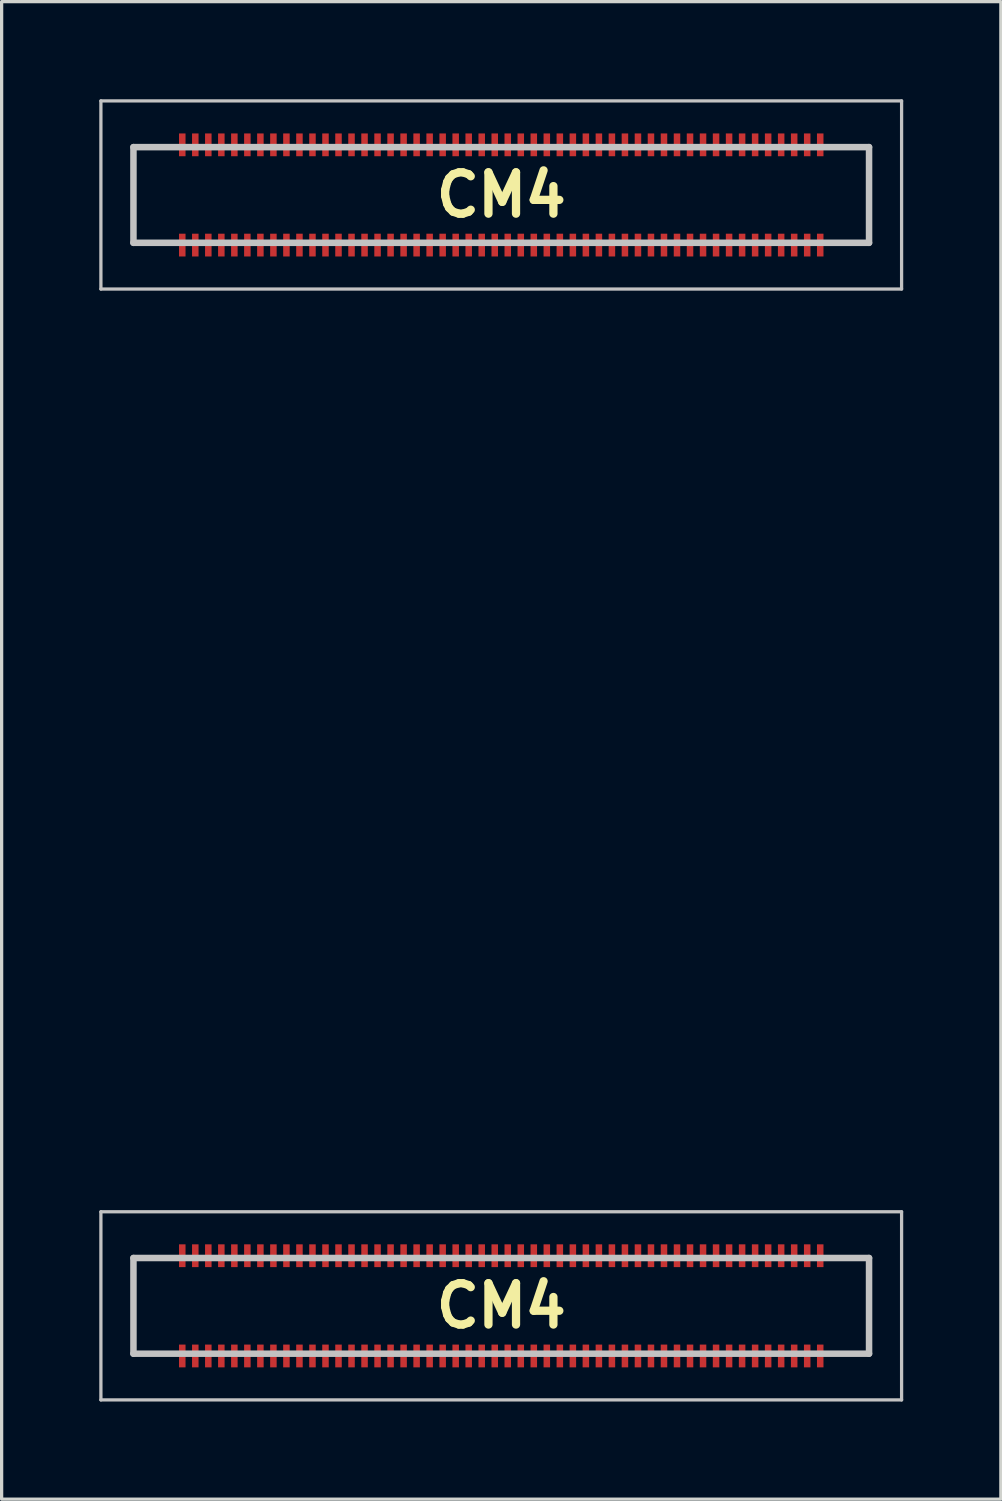
<source format=kicad_pcb>
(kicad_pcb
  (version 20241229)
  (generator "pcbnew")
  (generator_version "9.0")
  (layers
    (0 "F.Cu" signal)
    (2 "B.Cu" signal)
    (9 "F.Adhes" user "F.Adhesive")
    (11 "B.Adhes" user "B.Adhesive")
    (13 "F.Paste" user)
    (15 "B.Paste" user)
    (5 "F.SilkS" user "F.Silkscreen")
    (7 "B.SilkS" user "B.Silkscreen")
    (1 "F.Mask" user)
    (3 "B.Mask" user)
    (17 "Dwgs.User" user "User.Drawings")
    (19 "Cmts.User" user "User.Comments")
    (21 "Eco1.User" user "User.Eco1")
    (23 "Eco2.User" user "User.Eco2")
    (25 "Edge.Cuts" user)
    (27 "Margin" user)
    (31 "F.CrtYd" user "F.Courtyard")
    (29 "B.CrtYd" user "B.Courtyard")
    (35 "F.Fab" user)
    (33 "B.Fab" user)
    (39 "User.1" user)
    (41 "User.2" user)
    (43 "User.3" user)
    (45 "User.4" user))
  (footprint "CM4"
    (layer "F.Cu")
    (at 12.35 2.94)
    (property "Reference" "CM4" (at 0 0 0) (layer "F.SilkS") (effects (font (size 1.27 1.27) (thickness 0.254))))
    (attr smd)
    (fp_line (start -11.3 -1.47) (end -11.3 1.47) (stroke (width 0.1) (type solid)) (layer "F.SilkS"))
    (fp_line (start -11.3 1.47) (end -10 1.47) (stroke (width 0.1) (type solid)) (layer "F.SilkS"))
    (fp_line (start -11.3 32.66) (end -11.3 35.6) (stroke (width 0.1) (type solid)) (layer "F.SilkS"))
    (fp_line (start -11.3 35.6) (end -10 35.6) (stroke (width 0.1) (type solid)) (layer "F.SilkS"))
    (fp_line (start -10 -1.47) (end -11.3 -1.47) (stroke (width 0.1) (type solid)) (layer "F.SilkS"))
    (fp_line (start -10 32.66) (end -11.3 32.66) (stroke (width 0.1) (type solid)) (layer "F.SilkS"))
    (fp_line (start 10 -1.47) (end 11.3 -1.47) (stroke (width 0.1) (type solid)) (layer "F.SilkS"))
    (fp_line (start 10 32.66) (end 11.3 32.66) (stroke (width 0.1) (type solid)) (layer "F.SilkS"))
    (fp_line (start 11.3 -1.47) (end 11.3 1.47) (stroke (width 0.1) (type solid)) (layer "F.SilkS"))
    (fp_line (start 11.3 1.47) (end 10 1.47) (stroke (width 0.1) (type solid)) (layer "F.SilkS"))
    (fp_line (start 11.3 32.66) (end 11.3 35.6) (stroke (width 0.1) (type solid)) (layer "F.SilkS"))
    (fp_line (start 11.3 35.6) (end 10 35.6) (stroke (width 0.1) (type solid)) (layer "F.SilkS"))
    (fp_line (start -12.3 -2.89) (end 12.3 -2.89) (stroke (width 0.1) (type solid)) (layer "Dwgs.User"))
    (fp_line (start -12.3 2.89) (end -12.3 -2.89) (stroke (width 0.1) (type solid)) (layer "Dwgs.User"))
    (fp_line (start -12.3 31.24) (end 12.3 31.24) (stroke (width 0.1) (type solid)) (layer "Dwgs.User"))
    (fp_line (start -12.3 37.02) (end -12.3 31.24) (stroke (width 0.1) (type solid)) (layer "Dwgs.User"))
    (fp_line (start -11.3 -1.47) (end 11.3 -1.47) (stroke (width 0.2) (type solid)) (layer "Dwgs.User"))
    (fp_line (start -11.3 1.47) (end -11.3 -1.47) (stroke (width 0.2) (type solid)) (layer "Dwgs.User"))
    (fp_line (start -11.3 32.66) (end 11.3 32.66) (stroke (width 0.2) (type solid)) (layer "Dwgs.User"))
    (fp_line (start -11.3 35.6) (end -11.3 32.66) (stroke (width 0.2) (type solid)) (layer "Dwgs.User"))
    (fp_line (start 11.3 -1.47) (end 11.3 1.47) (stroke (width 0.2) (type solid)) (layer "Dwgs.User"))
    (fp_line (start 11.3 1.47) (end -11.3 1.47) (stroke (width 0.2) (type solid)) (layer "Dwgs.User"))
    (fp_line (start 11.3 32.66) (end 11.3 35.6) (stroke (width 0.2) (type solid)) (layer "Dwgs.User"))
    (fp_line (start 11.3 35.6) (end -11.3 35.6) (stroke (width 0.2) (type solid)) (layer "Dwgs.User"))
    (fp_line (start 12.3 -2.89) (end 12.3 2.89) (stroke (width 0.1) (type solid)) (layer "Dwgs.User"))
    (fp_line (start 12.3 2.89) (end -12.3 2.89) (stroke (width 0.1) (type solid)) (layer "Dwgs.User"))
    (fp_line (start 12.3 31.24) (end 12.3 37.02) (stroke (width 0.1) (type solid)) (layer "Dwgs.User"))
    (fp_line (start 12.3 37.02) (end -12.3 37.02) (stroke (width 0.1) (type solid)) (layer "Dwgs.User"))
    (fp_text user "CM4" (at 0 34.13 0) (layer "F.SilkS") (effects (font (size 1.27 1.27) (thickness 0.254))))
    (pad "1" smd rect (at -9.8 1.54) (size 0.2 0.7) (layers "F.Cu" "F.Mask" "F.Paste"))
    (pad "1" smd rect (at -9.8 35.67) (size 0.2 0.7) (layers "F.Cu" "F.Mask" "F.Paste"))
    (pad "2" smd rect (at -9.8 -1.54) (size 0.2 0.7) (layers "F.Cu" "F.Mask" "F.Paste"))
    (pad "2" smd rect (at -9.8 32.59) (size 0.2 0.7) (layers "F.Cu" "F.Mask" "F.Paste"))
    (pad "3" smd rect (at -9.4 1.54) (size 0.2 0.7) (layers "F.Cu" "F.Mask" "F.Paste"))
    (pad "3" smd rect (at -9.4 35.67) (size 0.2 0.7) (layers "F.Cu" "F.Mask" "F.Paste"))
    (pad "4" smd rect (at -9.4 -1.54) (size 0.2 0.7) (layers "F.Cu" "F.Mask" "F.Paste"))
    (pad "4" smd rect (at -9.4 32.59) (size 0.2 0.7) (layers "F.Cu" "F.Mask" "F.Paste"))
    (pad "5" smd rect (at -9 1.54) (size 0.2 0.7) (layers "F.Cu" "F.Mask" "F.Paste"))
    (pad "5" smd rect (at -9 35.67) (size 0.2 0.7) (layers "F.Cu" "F.Mask" "F.Paste"))
    (pad "6" smd rect (at -9 -1.54) (size 0.2 0.7) (layers "F.Cu" "F.Mask" "F.Paste"))
    (pad "6" smd rect (at -9 32.59) (size 0.2 0.7) (layers "F.Cu" "F.Mask" "F.Paste"))
    (pad "7" smd rect (at -8.6 1.54) (size 0.2 0.7) (layers "F.Cu" "F.Mask" "F.Paste"))
    (pad "7" smd rect (at -8.6 35.67) (size 0.2 0.7) (layers "F.Cu" "F.Mask" "F.Paste"))
    (pad "8" smd rect (at -8.6 -1.54) (size 0.2 0.7) (layers "F.Cu" "F.Mask" "F.Paste"))
    (pad "8" smd rect (at -8.6 32.59) (size 0.2 0.7) (layers "F.Cu" "F.Mask" "F.Paste"))
    (pad "9" smd rect (at -8.2 1.54) (size 0.2 0.7) (layers "F.Cu" "F.Mask" "F.Paste"))
    (pad "9" smd rect (at -8.2 35.67) (size 0.2 0.7) (layers "F.Cu" "F.Mask" "F.Paste"))
    (pad "10" smd rect (at -8.2 -1.54) (size 0.2 0.7) (layers "F.Cu" "F.Mask" "F.Paste"))
    (pad "10" smd rect (at -8.2 32.59) (size 0.2 0.7) (layers "F.Cu" "F.Mask" "F.Paste"))
    (pad "11" smd rect (at -7.8 1.54) (size 0.2 0.7) (layers "F.Cu" "F.Mask" "F.Paste"))
    (pad "11" smd rect (at -7.8 35.67) (size 0.2 0.7) (layers "F.Cu" "F.Mask" "F.Paste"))
    (pad "12" smd rect (at -7.8 -1.54) (size 0.2 0.7) (layers "F.Cu" "F.Mask" "F.Paste"))
    (pad "12" smd rect (at -7.8 32.59) (size 0.2 0.7) (layers "F.Cu" "F.Mask" "F.Paste"))
    (pad "13" smd rect (at -7.4 1.54) (size 0.2 0.7) (layers "F.Cu" "F.Mask" "F.Paste"))
    (pad "13" smd rect (at -7.4 35.67) (size 0.2 0.7) (layers "F.Cu" "F.Mask" "F.Paste"))
    (pad "14" smd rect (at -7.4 -1.54) (size 0.2 0.7) (layers "F.Cu" "F.Mask" "F.Paste"))
    (pad "14" smd rect (at -7.4 32.59) (size 0.2 0.7) (layers "F.Cu" "F.Mask" "F.Paste"))
    (pad "15" smd rect (at -7 1.54) (size 0.2 0.7) (layers "F.Cu" "F.Mask" "F.Paste"))
    (pad "15" smd rect (at -7 35.67) (size 0.2 0.7) (layers "F.Cu" "F.Mask" "F.Paste"))
    (pad "16" smd rect (at -7 -1.54) (size 0.2 0.7) (layers "F.Cu" "F.Mask" "F.Paste"))
    (pad "16" smd rect (at -7 32.59) (size 0.2 0.7) (layers "F.Cu" "F.Mask" "F.Paste"))
    (pad "17" smd rect (at -6.6 1.54) (size 0.2 0.7) (layers "F.Cu" "F.Mask" "F.Paste"))
    (pad "17" smd rect (at -6.6 35.67) (size 0.2 0.7) (layers "F.Cu" "F.Mask" "F.Paste"))
    (pad "18" smd rect (at -6.6 -1.54) (size 0.2 0.7) (layers "F.Cu" "F.Mask" "F.Paste"))
    (pad "18" smd rect (at -6.6 32.59) (size 0.2 0.7) (layers "F.Cu" "F.Mask" "F.Paste"))
    (pad "19" smd rect (at -6.2 1.54) (size 0.2 0.7) (layers "F.Cu" "F.Mask" "F.Paste"))
    (pad "19" smd rect (at -6.2 35.67) (size 0.2 0.7) (layers "F.Cu" "F.Mask" "F.Paste"))
    (pad "20" smd rect (at -6.2 -1.54) (size 0.2 0.7) (layers "F.Cu" "F.Mask" "F.Paste"))
    (pad "20" smd rect (at -6.2 32.59) (size 0.2 0.7) (layers "F.Cu" "F.Mask" "F.Paste"))
    (pad "21" smd rect (at -5.8 1.54) (size 0.2 0.7) (layers "F.Cu" "F.Mask" "F.Paste"))
    (pad "21" smd rect (at -5.8 35.67) (size 0.2 0.7) (layers "F.Cu" "F.Mask" "F.Paste"))
    (pad "22" smd rect (at -5.8 -1.54) (size 0.2 0.7) (layers "F.Cu" "F.Mask" "F.Paste"))
    (pad "22" smd rect (at -5.8 32.59) (size 0.2 0.7) (layers "F.Cu" "F.Mask" "F.Paste"))
    (pad "23" smd rect (at -5.4 1.54) (size 0.2 0.7) (layers "F.Cu" "F.Mask" "F.Paste"))
    (pad "23" smd rect (at -5.4 35.67) (size 0.2 0.7) (layers "F.Cu" "F.Mask" "F.Paste"))
    (pad "24" smd rect (at -5.4 -1.54) (size 0.2 0.7) (layers "F.Cu" "F.Mask" "F.Paste"))
    (pad "24" smd rect (at -5.4 32.59) (size 0.2 0.7) (layers "F.Cu" "F.Mask" "F.Paste"))
    (pad "25" smd rect (at -5 1.54) (size 0.2 0.7) (layers "F.Cu" "F.Mask" "F.Paste"))
    (pad "25" smd rect (at -5 35.67) (size 0.2 0.7) (layers "F.Cu" "F.Mask" "F.Paste"))
    (pad "26" smd rect (at -5 -1.54) (size 0.2 0.7) (layers "F.Cu" "F.Mask" "F.Paste"))
    (pad "26" smd rect (at -5 32.59) (size 0.2 0.7) (layers "F.Cu" "F.Mask" "F.Paste"))
    (pad "27" smd rect (at -4.6 1.54) (size 0.2 0.7) (layers "F.Cu" "F.Mask" "F.Paste"))
    (pad "27" smd rect (at -4.6 35.67) (size 0.2 0.7) (layers "F.Cu" "F.Mask" "F.Paste"))
    (pad "28" smd rect (at -4.6 -1.54) (size 0.2 0.7) (layers "F.Cu" "F.Mask" "F.Paste"))
    (pad "28" smd rect (at -4.6 32.59) (size 0.2 0.7) (layers "F.Cu" "F.Mask" "F.Paste"))
    (pad "29" smd rect (at -4.2 1.54) (size 0.2 0.7) (layers "F.Cu" "F.Mask" "F.Paste"))
    (pad "29" smd rect (at -4.2 35.67) (size 0.2 0.7) (layers "F.Cu" "F.Mask" "F.Paste"))
    (pad "30" smd rect (at -4.2 -1.54) (size 0.2 0.7) (layers "F.Cu" "F.Mask" "F.Paste"))
    (pad "30" smd rect (at -4.2 32.59) (size 0.2 0.7) (layers "F.Cu" "F.Mask" "F.Paste"))
    (pad "31" smd rect (at -3.8 1.54) (size 0.2 0.7) (layers "F.Cu" "F.Mask" "F.Paste"))
    (pad "31" smd rect (at -3.8 35.67) (size 0.2 0.7) (layers "F.Cu" "F.Mask" "F.Paste"))
    (pad "32" smd rect (at -3.8 -1.54) (size 0.2 0.7) (layers "F.Cu" "F.Mask" "F.Paste"))
    (pad "32" smd rect (at -3.8 32.59) (size 0.2 0.7) (layers "F.Cu" "F.Mask" "F.Paste"))
    (pad "33" smd rect (at -3.4 1.54) (size 0.2 0.7) (layers "F.Cu" "F.Mask" "F.Paste"))
    (pad "33" smd rect (at -3.4 35.67) (size 0.2 0.7) (layers "F.Cu" "F.Mask" "F.Paste"))
    (pad "34" smd rect (at -3.4 -1.54) (size 0.2 0.7) (layers "F.Cu" "F.Mask" "F.Paste"))
    (pad "34" smd rect (at -3.4 32.59) (size 0.2 0.7) (layers "F.Cu" "F.Mask" "F.Paste"))
    (pad "35" smd rect (at -3 1.54) (size 0.2 0.7) (layers "F.Cu" "F.Mask" "F.Paste"))
    (pad "35" smd rect (at -3 35.67) (size 0.2 0.7) (layers "F.Cu" "F.Mask" "F.Paste"))
    (pad "36" smd rect (at -3 -1.54) (size 0.2 0.7) (layers "F.Cu" "F.Mask" "F.Paste"))
    (pad "36" smd rect (at -3 32.59) (size 0.2 0.7) (layers "F.Cu" "F.Mask" "F.Paste"))
    (pad "37" smd rect (at -2.6 1.54) (size 0.2 0.7) (layers "F.Cu" "F.Mask" "F.Paste"))
    (pad "37" smd rect (at -2.6 35.67) (size 0.2 0.7) (layers "F.Cu" "F.Mask" "F.Paste"))
    (pad "38" smd rect (at -2.6 -1.54) (size 0.2 0.7) (layers "F.Cu" "F.Mask" "F.Paste"))
    (pad "38" smd rect (at -2.6 32.59) (size 0.2 0.7) (layers "F.Cu" "F.Mask" "F.Paste"))
    (pad "39" smd rect (at -2.2 1.54) (size 0.2 0.7) (layers "F.Cu" "F.Mask" "F.Paste"))
    (pad "39" smd rect (at -2.2 35.67) (size 0.2 0.7) (layers "F.Cu" "F.Mask" "F.Paste"))
    (pad "40" smd rect (at -2.2 -1.54) (size 0.2 0.7) (layers "F.Cu" "F.Mask" "F.Paste"))
    (pad "40" smd rect (at -2.2 32.59) (size 0.2 0.7) (layers "F.Cu" "F.Mask" "F.Paste"))
    (pad "41" smd rect (at -1.8 1.54) (size 0.2 0.7) (layers "F.Cu" "F.Mask" "F.Paste"))
    (pad "41" smd rect (at -1.8 35.67) (size 0.2 0.7) (layers "F.Cu" "F.Mask" "F.Paste"))
    (pad "42" smd rect (at -1.8 -1.54) (size 0.2 0.7) (layers "F.Cu" "F.Mask" "F.Paste"))
    (pad "42" smd rect (at -1.8 32.59) (size 0.2 0.7) (layers "F.Cu" "F.Mask" "F.Paste"))
    (pad "43" smd rect (at -1.4 1.54) (size 0.2 0.7) (layers "F.Cu" "F.Mask" "F.Paste"))
    (pad "43" smd rect (at -1.4 35.67) (size 0.2 0.7) (layers "F.Cu" "F.Mask" "F.Paste"))
    (pad "44" smd rect (at -1.4 -1.54) (size 0.2 0.7) (layers "F.Cu" "F.Mask" "F.Paste"))
    (pad "44" smd rect (at -1.4 32.59) (size 0.2 0.7) (layers "F.Cu" "F.Mask" "F.Paste"))
    (pad "45" smd rect (at -1 1.54) (size 0.2 0.7) (layers "F.Cu" "F.Mask" "F.Paste"))
    (pad "45" smd rect (at -1 35.67) (size 0.2 0.7) (layers "F.Cu" "F.Mask" "F.Paste"))
    (pad "46" smd rect (at -1 -1.54) (size 0.2 0.7) (layers "F.Cu" "F.Mask" "F.Paste"))
    (pad "46" smd rect (at -1 32.59) (size 0.2 0.7) (layers "F.Cu" "F.Mask" "F.Paste"))
    (pad "47" smd rect (at -0.6 1.54) (size 0.2 0.7) (layers "F.Cu" "F.Mask" "F.Paste"))
    (pad "47" smd rect (at -0.6 35.67) (size 0.2 0.7) (layers "F.Cu" "F.Mask" "F.Paste"))
    (pad "48" smd rect (at -0.6 -1.54) (size 0.2 0.7) (layers "F.Cu" "F.Mask" "F.Paste"))
    (pad "48" smd rect (at -0.6 32.59) (size 0.2 0.7) (layers "F.Cu" "F.Mask" "F.Paste"))
    (pad "49" smd rect (at -0.2 1.54) (size 0.2 0.7) (layers "F.Cu" "F.Mask" "F.Paste"))
    (pad "49" smd rect (at -0.2 35.67) (size 0.2 0.7) (layers "F.Cu" "F.Mask" "F.Paste"))
    (pad "50" smd rect (at -0.2 -1.54) (size 0.2 0.7) (layers "F.Cu" "F.Mask" "F.Paste"))
    (pad "50" smd rect (at -0.2 32.59) (size 0.2 0.7) (layers "F.Cu" "F.Mask" "F.Paste"))
    (pad "51" smd rect (at 0.2 1.54) (size 0.2 0.7) (layers "F.Cu" "F.Mask" "F.Paste"))
    (pad "51" smd rect (at 0.2 35.67) (size 0.2 0.7) (layers "F.Cu" "F.Mask" "F.Paste"))
    (pad "52" smd rect (at 0.2 -1.54) (size 0.2 0.7) (layers "F.Cu" "F.Mask" "F.Paste"))
    (pad "52" smd rect (at 0.2 32.59) (size 0.2 0.7) (layers "F.Cu" "F.Mask" "F.Paste"))
    (pad "53" smd rect (at 0.6 1.54) (size 0.2 0.7) (layers "F.Cu" "F.Mask" "F.Paste"))
    (pad "53" smd rect (at 0.6 35.67) (size 0.2 0.7) (layers "F.Cu" "F.Mask" "F.Paste"))
    (pad "54" smd rect (at 0.6 -1.54) (size 0.2 0.7) (layers "F.Cu" "F.Mask" "F.Paste"))
    (pad "54" smd rect (at 0.6 32.59) (size 0.2 0.7) (layers "F.Cu" "F.Mask" "F.Paste"))
    (pad "55" smd rect (at 1 1.54) (size 0.2 0.7) (layers "F.Cu" "F.Mask" "F.Paste"))
    (pad "55" smd rect (at 1 35.67) (size 0.2 0.7) (layers "F.Cu" "F.Mask" "F.Paste"))
    (pad "56" smd rect (at 1 -1.54) (size 0.2 0.7) (layers "F.Cu" "F.Mask" "F.Paste"))
    (pad "56" smd rect (at 1 32.59) (size 0.2 0.7) (layers "F.Cu" "F.Mask" "F.Paste"))
    (pad "57" smd rect (at 1.4 1.54) (size 0.2 0.7) (layers "F.Cu" "F.Mask" "F.Paste"))
    (pad "57" smd rect (at 1.4 35.67) (size 0.2 0.7) (layers "F.Cu" "F.Mask" "F.Paste"))
    (pad "58" smd rect (at 1.4 -1.54) (size 0.2 0.7) (layers "F.Cu" "F.Mask" "F.Paste"))
    (pad "58" smd rect (at 1.4 32.59) (size 0.2 0.7) (layers "F.Cu" "F.Mask" "F.Paste"))
    (pad "59" smd rect (at 1.8 1.54) (size 0.2 0.7) (layers "F.Cu" "F.Mask" "F.Paste"))
    (pad "59" smd rect (at 1.8 35.67) (size 0.2 0.7) (layers "F.Cu" "F.Mask" "F.Paste"))
    (pad "60" smd rect (at 1.8 -1.54) (size 0.2 0.7) (layers "F.Cu" "F.Mask" "F.Paste"))
    (pad "60" smd rect (at 1.8 32.59) (size 0.2 0.7) (layers "F.Cu" "F.Mask" "F.Paste"))
    (pad "61" smd rect (at 2.2 1.54) (size 0.2 0.7) (layers "F.Cu" "F.Mask" "F.Paste"))
    (pad "61" smd rect (at 2.2 35.67) (size 0.2 0.7) (layers "F.Cu" "F.Mask" "F.Paste"))
    (pad "62" smd rect (at 2.2 -1.54) (size 0.2 0.7) (layers "F.Cu" "F.Mask" "F.Paste"))
    (pad "62" smd rect (at 2.2 32.59) (size 0.2 0.7) (layers "F.Cu" "F.Mask" "F.Paste"))
    (pad "63" smd rect (at 2.6 1.54) (size 0.2 0.7) (layers "F.Cu" "F.Mask" "F.Paste"))
    (pad "63" smd rect (at 2.6 35.67) (size 0.2 0.7) (layers "F.Cu" "F.Mask" "F.Paste"))
    (pad "64" smd rect (at 2.6 -1.54) (size 0.2 0.7) (layers "F.Cu" "F.Mask" "F.Paste"))
    (pad "64" smd rect (at 2.6 32.59) (size 0.2 0.7) (layers "F.Cu" "F.Mask" "F.Paste"))
    (pad "65" smd rect (at 3 1.54) (size 0.2 0.7) (layers "F.Cu" "F.Mask" "F.Paste"))
    (pad "65" smd rect (at 3 35.67) (size 0.2 0.7) (layers "F.Cu" "F.Mask" "F.Paste"))
    (pad "66" smd rect (at 3 -1.54) (size 0.2 0.7) (layers "F.Cu" "F.Mask" "F.Paste"))
    (pad "66" smd rect (at 3 32.59) (size 0.2 0.7) (layers "F.Cu" "F.Mask" "F.Paste"))
    (pad "67" smd rect (at 3.4 1.54) (size 0.2 0.7) (layers "F.Cu" "F.Mask" "F.Paste"))
    (pad "67" smd rect (at 3.4 35.67) (size 0.2 0.7) (layers "F.Cu" "F.Mask" "F.Paste"))
    (pad "68" smd rect (at 3.4 -1.54) (size 0.2 0.7) (layers "F.Cu" "F.Mask" "F.Paste"))
    (pad "68" smd rect (at 3.4 32.59) (size 0.2 0.7) (layers "F.Cu" "F.Mask" "F.Paste"))
    (pad "69" smd rect (at 3.8 1.54) (size 0.2 0.7) (layers "F.Cu" "F.Mask" "F.Paste"))
    (pad "69" smd rect (at 3.8 35.67) (size 0.2 0.7) (layers "F.Cu" "F.Mask" "F.Paste"))
    (pad "70" smd rect (at 3.8 -1.54) (size 0.2 0.7) (layers "F.Cu" "F.Mask" "F.Paste"))
    (pad "70" smd rect (at 3.8 32.59) (size 0.2 0.7) (layers "F.Cu" "F.Mask" "F.Paste"))
    (pad "71" smd rect (at 4.2 1.54) (size 0.2 0.7) (layers "F.Cu" "F.Mask" "F.Paste"))
    (pad "71" smd rect (at 4.2 35.67) (size 0.2 0.7) (layers "F.Cu" "F.Mask" "F.Paste"))
    (pad "72" smd rect (at 4.2 -1.54) (size 0.2 0.7) (layers "F.Cu" "F.Mask" "F.Paste"))
    (pad "72" smd rect (at 4.2 32.59) (size 0.2 0.7) (layers "F.Cu" "F.Mask" "F.Paste"))
    (pad "73" smd rect (at 4.6 1.54) (size 0.2 0.7) (layers "F.Cu" "F.Mask" "F.Paste"))
    (pad "73" smd rect (at 4.6 35.67) (size 0.2 0.7) (layers "F.Cu" "F.Mask" "F.Paste"))
    (pad "74" smd rect (at 4.6 -1.54) (size 0.2 0.7) (layers "F.Cu" "F.Mask" "F.Paste"))
    (pad "74" smd rect (at 4.6 32.59) (size 0.2 0.7) (layers "F.Cu" "F.Mask" "F.Paste"))
    (pad "75" smd rect (at 5 1.54) (size 0.2 0.7) (layers "F.Cu" "F.Mask" "F.Paste"))
    (pad "75" smd rect (at 5 35.67) (size 0.2 0.7) (layers "F.Cu" "F.Mask" "F.Paste"))
    (pad "76" smd rect (at 5 -1.54) (size 0.2 0.7) (layers "F.Cu" "F.Mask" "F.Paste"))
    (pad "76" smd rect (at 5 32.59) (size 0.2 0.7) (layers "F.Cu" "F.Mask" "F.Paste"))
    (pad "77" smd rect (at 5.4 1.54) (size 0.2 0.7) (layers "F.Cu" "F.Mask" "F.Paste"))
    (pad "77" smd rect (at 5.4 35.67) (size 0.2 0.7) (layers "F.Cu" "F.Mask" "F.Paste"))
    (pad "78" smd rect (at 5.4 -1.54) (size 0.2 0.7) (layers "F.Cu" "F.Mask" "F.Paste"))
    (pad "78" smd rect (at 5.4 32.59) (size 0.2 0.7) (layers "F.Cu" "F.Mask" "F.Paste"))
    (pad "79" smd rect (at 5.8 1.54) (size 0.2 0.7) (layers "F.Cu" "F.Mask" "F.Paste"))
    (pad "79" smd rect (at 5.8 35.67) (size 0.2 0.7) (layers "F.Cu" "F.Mask" "F.Paste"))
    (pad "80" smd rect (at 5.8 -1.54) (size 0.2 0.7) (layers "F.Cu" "F.Mask" "F.Paste"))
    (pad "80" smd rect (at 5.8 32.59) (size 0.2 0.7) (layers "F.Cu" "F.Mask" "F.Paste"))
    (pad "81" smd rect (at 6.2 1.54) (size 0.2 0.7) (layers "F.Cu" "F.Mask" "F.Paste"))
    (pad "81" smd rect (at 6.2 35.67) (size 0.2 0.7) (layers "F.Cu" "F.Mask" "F.Paste"))
    (pad "82" smd rect (at 6.2 -1.54) (size 0.2 0.7) (layers "F.Cu" "F.Mask" "F.Paste"))
    (pad "82" smd rect (at 6.2 32.59) (size 0.2 0.7) (layers "F.Cu" "F.Mask" "F.Paste"))
    (pad "83" smd rect (at 6.6 1.54) (size 0.2 0.7) (layers "F.Cu" "F.Mask" "F.Paste"))
    (pad "83" smd rect (at 6.6 35.67) (size 0.2 0.7) (layers "F.Cu" "F.Mask" "F.Paste"))
    (pad "84" smd rect (at 6.6 -1.54) (size 0.2 0.7) (layers "F.Cu" "F.Mask" "F.Paste"))
    (pad "84" smd rect (at 6.6 32.59) (size 0.2 0.7) (layers "F.Cu" "F.Mask" "F.Paste"))
    (pad "85" smd rect (at 7 1.54) (size 0.2 0.7) (layers "F.Cu" "F.Mask" "F.Paste"))
    (pad "85" smd rect (at 7 35.67) (size 0.2 0.7) (layers "F.Cu" "F.Mask" "F.Paste"))
    (pad "86" smd rect (at 7 -1.54) (size 0.2 0.7) (layers "F.Cu" "F.Mask" "F.Paste"))
    (pad "86" smd rect (at 7 32.59) (size 0.2 0.7) (layers "F.Cu" "F.Mask" "F.Paste"))
    (pad "87" smd rect (at 7.4 1.54) (size 0.2 0.7) (layers "F.Cu" "F.Mask" "F.Paste"))
    (pad "87" smd rect (at 7.4 35.67) (size 0.2 0.7) (layers "F.Cu" "F.Mask" "F.Paste"))
    (pad "88" smd rect (at 7.4 -1.54) (size 0.2 0.7) (layers "F.Cu" "F.Mask" "F.Paste"))
    (pad "88" smd rect (at 7.4 32.59) (size 0.2 0.7) (layers "F.Cu" "F.Mask" "F.Paste"))
    (pad "89" smd rect (at 7.8 1.54) (size 0.2 0.7) (layers "F.Cu" "F.Mask" "F.Paste"))
    (pad "89" smd rect (at 7.8 35.67) (size 0.2 0.7) (layers "F.Cu" "F.Mask" "F.Paste"))
    (pad "90" smd rect (at 7.8 -1.54) (size 0.2 0.7) (layers "F.Cu" "F.Mask" "F.Paste"))
    (pad "90" smd rect (at 7.8 32.59) (size 0.2 0.7) (layers "F.Cu" "F.Mask" "F.Paste"))
    (pad "91" smd rect (at 8.2 1.54) (size 0.2 0.7) (layers "F.Cu" "F.Mask" "F.Paste"))
    (pad "91" smd rect (at 8.2 35.67) (size 0.2 0.7) (layers "F.Cu" "F.Mask" "F.Paste"))
    (pad "92" smd rect (at 8.2 -1.54) (size 0.2 0.7) (layers "F.Cu" "F.Mask" "F.Paste"))
    (pad "92" smd rect (at 8.2 32.59) (size 0.2 0.7) (layers "F.Cu" "F.Mask" "F.Paste"))
    (pad "93" smd rect (at 8.6 1.54) (size 0.2 0.7) (layers "F.Cu" "F.Mask" "F.Paste"))
    (pad "93" smd rect (at 8.6 35.67) (size 0.2 0.7) (layers "F.Cu" "F.Mask" "F.Paste"))
    (pad "94" smd rect (at 8.6 -1.54) (size 0.2 0.7) (layers "F.Cu" "F.Mask" "F.Paste"))
    (pad "94" smd rect (at 8.6 32.59) (size 0.2 0.7) (layers "F.Cu" "F.Mask" "F.Paste"))
    (pad "95" smd rect (at 9 1.54) (size 0.2 0.7) (layers "F.Cu" "F.Mask" "F.Paste"))
    (pad "95" smd rect (at 9 35.67) (size 0.2 0.7) (layers "F.Cu" "F.Mask" "F.Paste"))
    (pad "96" smd rect (at 9 -1.54) (size 0.2 0.7) (layers "F.Cu" "F.Mask" "F.Paste"))
    (pad "96" smd rect (at 9 32.59) (size 0.2 0.7) (layers "F.Cu" "F.Mask" "F.Paste"))
    (pad "97" smd rect (at 9.4 1.54) (size 0.2 0.7) (layers "F.Cu" "F.Mask" "F.Paste"))
    (pad "97" smd rect (at 9.4 35.67) (size 0.2 0.7) (layers "F.Cu" "F.Mask" "F.Paste"))
    (pad "98" smd rect (at 9.4 -1.54) (size 0.2 0.7) (layers "F.Cu" "F.Mask" "F.Paste"))
    (pad "98" smd rect (at 9.4 32.59) (size 0.2 0.7) (layers "F.Cu" "F.Mask" "F.Paste"))
    (pad "99" smd rect (at 9.8 1.54) (size 0.2 0.7) (layers "F.Cu" "F.Mask" "F.Paste"))
    (pad "99" smd rect (at 9.8 35.67) (size 0.2 0.7) (layers "F.Cu" "F.Mask" "F.Paste"))
    (pad "100" smd rect (at 9.8 -1.54) (size 0.2 0.7) (layers "F.Cu" "F.Mask" "F.Paste"))
    (pad "100" smd rect (at 9.8 32.59) (size 0.2 0.7) (layers "F.Cu" "F.Mask" "F.Paste")))
  (gr_rect
    (start -3 -3)
    (end 27.7 43.01)
    (stroke (width 0.1) (type default))
    (fill no)
    (layer "Edge.Cuts")))
</source>
